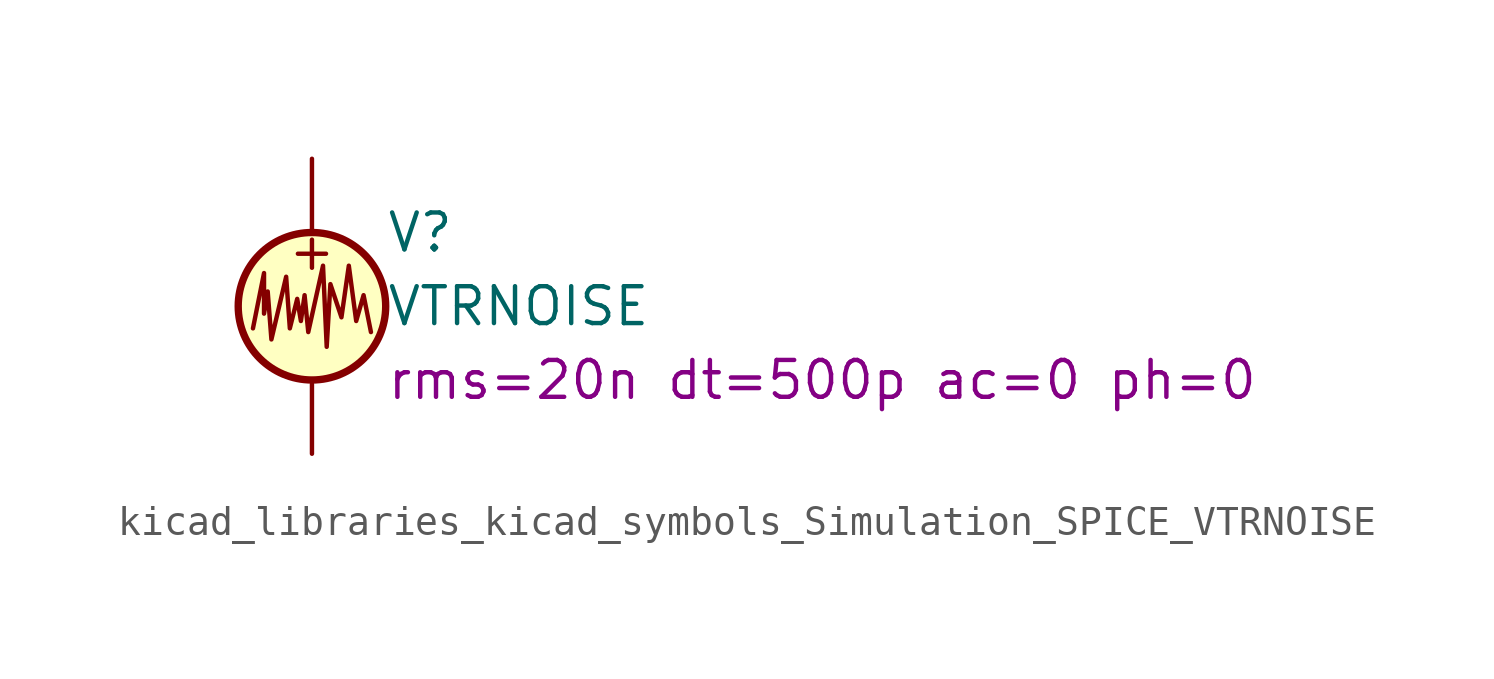
<source format=kicad_sym>
(kicad_symbol_lib
  (version 20220914)
  (generator kicad_symbol_editor)
  (symbol "kicad_libraries_kicad_symbols_Simulation_SPICE_VTRNOISE"
    (pin_numbers hide)
    (pin_names
      (offset 0.025))
    (property "Reference" "V"
      (at 2.54 2.54 0)
      (effects (font (size 1.27 1.27)) (justify left)))
    (property "Value" "VTRNOISE"
      (at 2.54 0 0)
      (effects (font (size 1.27 1.27)) (justify left)))
    (property "Sim.Params" "rms=20n dt=500p ac=0 ph=0"
      (at 2.54 -2.54 0)
      (effects (font (size 1.27 1.27)) (justify left)))
    (symbol "kicad_libraries_kicad_symbols_Simulation_SPICE_VTRNOISE_0_0"
      (text "+" (at 0 1.905 0) (effects (font (size 1.27 1.27)))))
    (symbol "kicad_libraries_kicad_symbols_Simulation_SPICE_VTRNOISE_0_1"
      (polyline (pts (xy -2.032 -0.762) (xy -1.651 1.143) (xy -1.651 -0.254) (xy -1.524 0.508) (xy -1.397 -1.143) (xy -0.889 1.016) (xy -0.762 -0.762) (xy -0.508 0.254) (xy -0.381 -0.508) (xy -0.254 0.381) (xy -0.127 -0.889) (xy 0.381 1.397) (xy 0.508 -1.397) (xy 0.635 0.762) (xy 1.016 -0.381) (xy 1.27 1.397) (xy 1.524 -0.508) (xy 1.778 0.381) (xy 2.032 -0.889)) (stroke (width 0) (type default)) (fill (type none)))
      (circle (center 0 0) (radius 2.54) (stroke (width 0.254) (type default)) (fill (type background))))
    (symbol "kicad_libraries_kicad_symbols_Simulation_SPICE_VTRNOISE_1_1"
      (pin passive line (at 0 5.08 270) (length 2.54) (name "~" (effects (font (size 1.27 1.27)))) (number "1" (effects (font (size 1.27 1.27)))))
      (pin passive line (at 0 -5.08 90) (length 2.54) (name "~" (effects (font (size 1.27 1.27)))) (number "2" (effects (font (size 1.27 1.27))))))))
</source>
